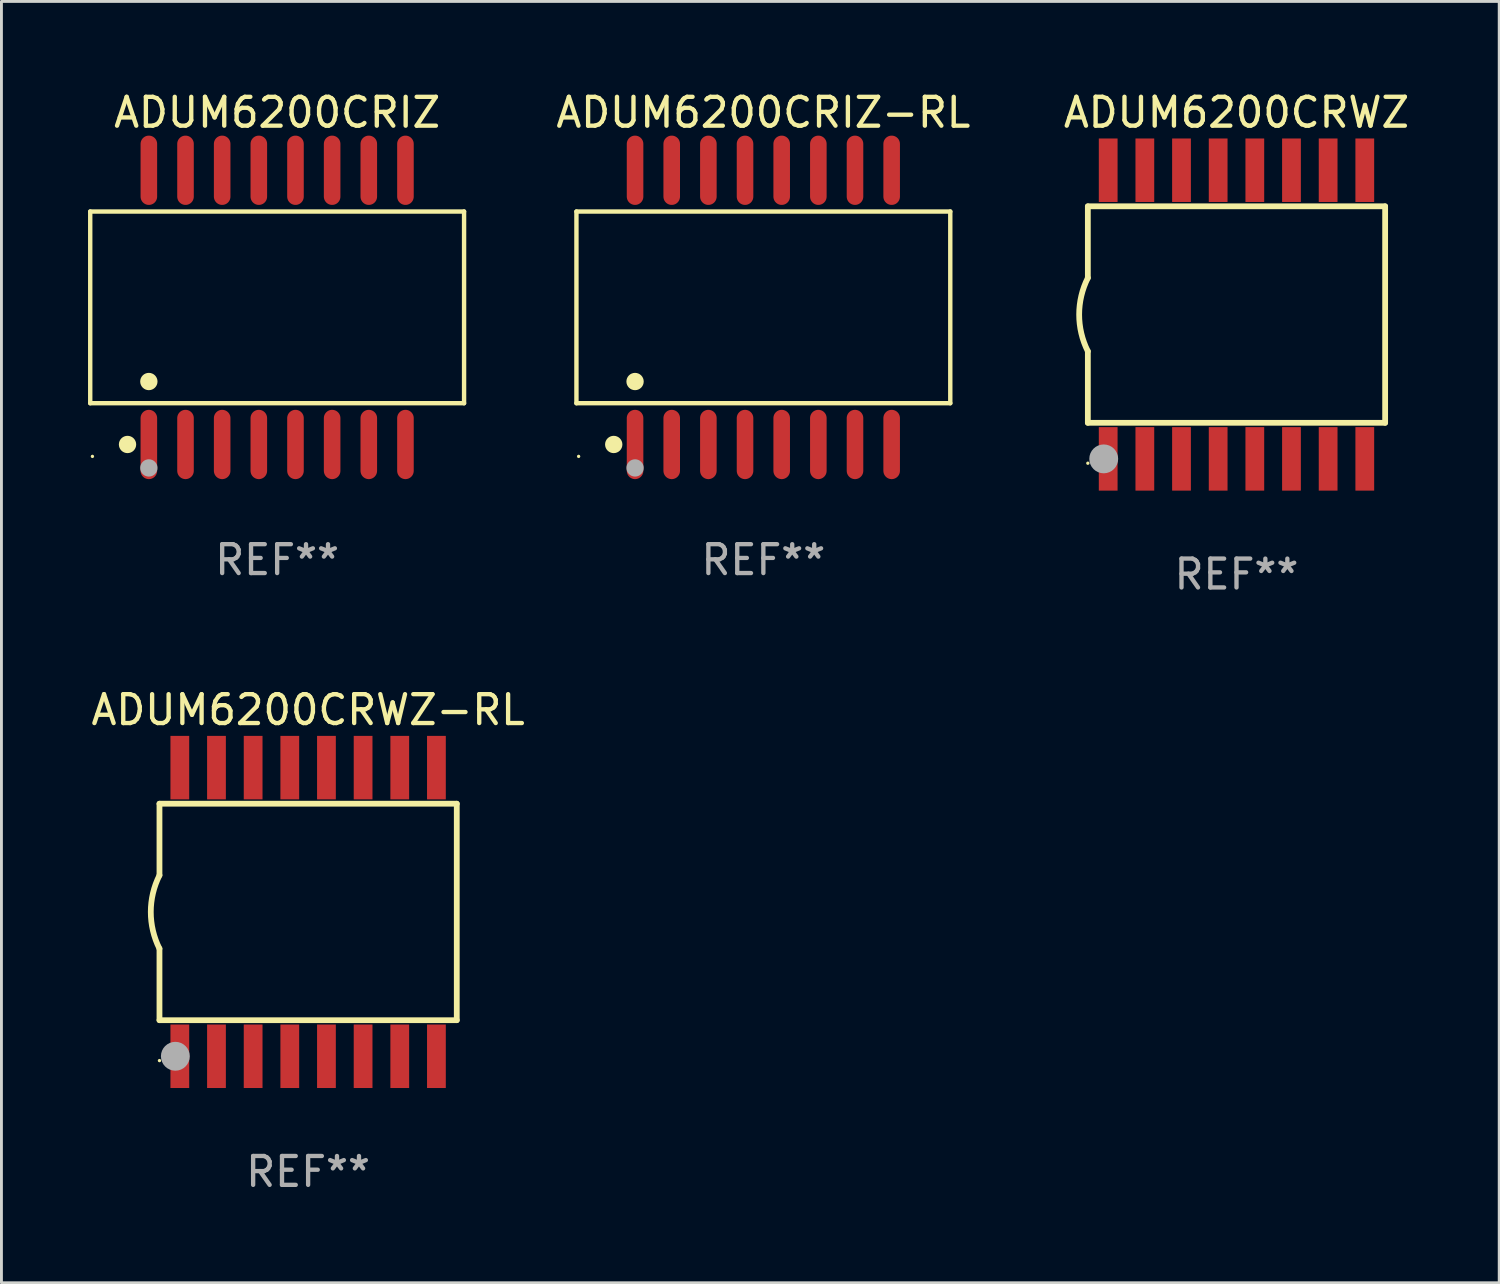
<source format=kicad_pcb>
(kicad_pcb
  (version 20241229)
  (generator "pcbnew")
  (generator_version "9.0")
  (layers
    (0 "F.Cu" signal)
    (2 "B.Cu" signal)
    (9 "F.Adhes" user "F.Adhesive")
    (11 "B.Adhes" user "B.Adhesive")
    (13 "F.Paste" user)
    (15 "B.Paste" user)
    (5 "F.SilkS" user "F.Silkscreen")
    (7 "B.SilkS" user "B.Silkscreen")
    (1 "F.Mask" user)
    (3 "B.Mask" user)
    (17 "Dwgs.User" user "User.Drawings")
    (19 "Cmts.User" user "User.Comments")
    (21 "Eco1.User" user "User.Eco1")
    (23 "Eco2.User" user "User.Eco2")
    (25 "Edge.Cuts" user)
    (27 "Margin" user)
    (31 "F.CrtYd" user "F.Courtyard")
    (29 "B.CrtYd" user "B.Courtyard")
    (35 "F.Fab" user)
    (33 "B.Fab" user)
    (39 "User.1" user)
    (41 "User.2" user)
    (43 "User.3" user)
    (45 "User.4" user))
  (footprint "ADUM6200CRWZ"
    (layer "F.Cu")
    (at 39.789 7.848)
    (property "Reference" "ADUM6200CRWZ" (at 0 -7 0) (layer "F.SilkS") (effects (font (size 1 1) (thickness 0.15))))
    (attr through_hole)
    (fp_line (start -5.15 -3.75) (end -5.15 -1.27) (stroke (width 0.2) (type solid)) (layer "F.SilkS"))
    (fp_line (start -5.15 -3.75) (end 5.15 -3.75) (stroke (width 0.2) (type solid)) (layer "F.SilkS"))
    (fp_line (start -5.15 3.75) (end -5.15 1.27) (stroke (width 0.2) (type solid)) (layer "F.SilkS"))
    (fp_line (start 5.15 -3.75) (end 5.15 3.75) (stroke (width 0.2) (type solid)) (layer "F.SilkS"))
    (fp_line (start 5.15 3.75) (end -5.15 3.75) (stroke (width 0.2) (type solid)) (layer "F.SilkS"))
    (fp_arc (start -5.151131 1.270003) (mid -5.450556 -0.000132) (end -5.150013 -1.270003) (stroke (width 0.2) (type solid)) (layer "F.SilkS"))
    (fp_circle (center -5.15 5.15) (end -5.12 5.15) (stroke (width 0.06) (type solid)) (fill no) (layer "F.SilkS"))
    (fp_circle (center -4.6 5) (end -4.35 5) (stroke (width 0.5) (type solid)) (fill no) (layer "F.Fab"))
    (fp_text user "REF**" (at 0 9 0) (layer "F.Fab") (effects (font (size 1 1) (thickness 0.15))))
    (pad "1" smd rect (at -4.445 5) (size 0.65 2.2) (layers "F.Cu" "F.Mask" "F.Paste"))
    (pad "2" smd rect (at -3.175 5) (size 0.65 2.2) (layers "F.Cu" "F.Mask" "F.Paste"))
    (pad "3" smd rect (at -1.905 5) (size 0.65 2.2) (layers "F.Cu" "F.Mask" "F.Paste"))
    (pad "4" smd rect (at -0.635 5) (size 0.65 2.2) (layers "F.Cu" "F.Mask" "F.Paste"))
    (pad "5" smd rect (at 0.635 5) (size 0.65 2.2) (layers "F.Cu" "F.Mask" "F.Paste"))
    (pad "6" smd rect (at 1.905 5) (size 0.65 2.2) (layers "F.Cu" "F.Mask" "F.Paste"))
    (pad "7" smd rect (at 3.175 5) (size 0.65 2.2) (layers "F.Cu" "F.Mask" "F.Paste"))
    (pad "8" smd rect (at 4.445 5) (size 0.65 2.2) (layers "F.Cu" "F.Mask" "F.Paste"))
    (pad "9" smd rect (at 4.445 -5) (size 0.65 2.2) (layers "F.Cu" "F.Mask" "F.Paste"))
    (pad "10" smd rect (at 3.175 -5) (size 0.65 2.2) (layers "F.Cu" "F.Mask" "F.Paste"))
    (pad "11" smd rect (at 1.905 -5) (size 0.65 2.2) (layers "F.Cu" "F.Mask" "F.Paste"))
    (pad "12" smd rect (at 0.635 -5) (size 0.65 2.2) (layers "F.Cu" "F.Mask" "F.Paste"))
    (pad "13" smd rect (at -0.635 -5) (size 0.65 2.2) (layers "F.Cu" "F.Mask" "F.Paste"))
    (pad "14" smd rect (at -1.905 -5) (size 0.65 2.2) (layers "F.Cu" "F.Mask" "F.Paste"))
    (pad "15" smd rect (at -3.175 -5) (size 0.65 2.2) (layers "F.Cu" "F.Mask" "F.Paste"))
    (pad "16" smd rect (at -4.445 -5) (size 0.65 2.2) (layers "F.Cu" "F.Mask" "F.Paste")))
  (footprint "ADUM6200CRIZ-RL"
    (layer "F.Cu")
    (at 23.397 7.599)
    (property "Reference" "ADUM6200CRIZ-RL" (at 0 -6.75 0) (layer "F.SilkS") (effects (font (size 1 1) (thickness 0.15))))
    (attr through_hole)
    (fp_line (start -6.476 -3.321) (end 6.476 -3.321) (stroke (width 0.152) (type solid)) (layer "F.SilkS"))
    (fp_line (start -6.476 3.321) (end -6.476 -3.321) (stroke (width 0.152) (type solid)) (layer "F.SilkS"))
    (fp_line (start 6.476 -3.321) (end 6.476 3.321) (stroke (width 0.152) (type solid)) (layer "F.SilkS"))
    (fp_line (start 6.476 3.321) (end -6.476 3.321) (stroke (width 0.152) (type solid)) (layer "F.SilkS"))
    (fp_circle (center -6.4 5.163) (end -6.37 5.163) (stroke (width 0.06) (type solid)) (fill no) (layer "F.SilkS"))
    (fp_circle (center -5.184 4.75) (end -5.034 4.75) (stroke (width 0.3) (type solid)) (fill no) (layer "F.SilkS"))
    (fp_circle (center -4.445 2.569) (end -4.295 2.569) (stroke (width 0.3) (type solid)) (fill no) (layer "F.SilkS"))
    (fp_circle (center -4.445 5.563) (end -4.295 5.563) (stroke (width 0.3) (type solid)) (fill no) (layer "F.Fab"))
    (fp_text user "REF**" (at 0 8.75 0) (layer "F.Fab") (effects (font (size 1 1) (thickness 0.15))))
    (pad "1" smd oval (at -4.445 4.75) (size 0.574 2.401) (layers "F.Cu" "F.Mask" "F.Paste"))
    (pad "2" smd oval (at -3.175 4.75) (size 0.574 2.401) (layers "F.Cu" "F.Mask" "F.Paste"))
    (pad "3" smd oval (at -1.905 4.75) (size 0.574 2.401) (layers "F.Cu" "F.Mask" "F.Paste"))
    (pad "4" smd oval (at -0.635 4.75) (size 0.574 2.401) (layers "F.Cu" "F.Mask" "F.Paste"))
    (pad "5" smd oval (at 0.635 4.75) (size 0.574 2.401) (layers "F.Cu" "F.Mask" "F.Paste"))
    (pad "6" smd oval (at 1.905 4.75) (size 0.574 2.401) (layers "F.Cu" "F.Mask" "F.Paste"))
    (pad "7" smd oval (at 3.175 4.75) (size 0.574 2.401) (layers "F.Cu" "F.Mask" "F.Paste"))
    (pad "8" smd oval (at 4.445 4.75) (size 0.574 2.401) (layers "F.Cu" "F.Mask" "F.Paste"))
    (pad "9" smd oval (at 4.445 -4.75) (size 0.574 2.401) (layers "F.Cu" "F.Mask" "F.Paste"))
    (pad "10" smd oval (at 3.175 -4.75) (size 0.574 2.401) (layers "F.Cu" "F.Mask" "F.Paste"))
    (pad "11" smd oval (at 1.905 -4.75) (size 0.574 2.401) (layers "F.Cu" "F.Mask" "F.Paste"))
    (pad "12" smd oval (at 0.635 -4.75) (size 0.574 2.401) (layers "F.Cu" "F.Mask" "F.Paste"))
    (pad "13" smd oval (at -0.635 -4.75) (size 0.574 2.401) (layers "F.Cu" "F.Mask" "F.Paste"))
    (pad "14" smd oval (at -1.905 -4.75) (size 0.574 2.401) (layers "F.Cu" "F.Mask" "F.Paste"))
    (pad "15" smd oval (at -3.175 -4.75) (size 0.574 2.401) (layers "F.Cu" "F.Mask" "F.Paste"))
    (pad "16" smd oval (at -4.445 -4.75) (size 0.574 2.401) (layers "F.Cu" "F.Mask" "F.Paste")))
  (footprint "ADUM6200CRIZ"
    (layer "F.Cu")
    (at 6.552 7.599)
    (property "Reference" "ADUM6200CRIZ" (at 0 -6.75 0) (layer "F.SilkS") (effects (font (size 1 1) (thickness 0.15))))
    (attr through_hole)
    (fp_line (start -6.476 -3.321) (end 6.476 -3.321) (stroke (width 0.152) (type solid)) (layer "F.SilkS"))
    (fp_line (start -6.476 3.321) (end -6.476 -3.321) (stroke (width 0.152) (type solid)) (layer "F.SilkS"))
    (fp_line (start 6.476 -3.321) (end 6.476 3.321) (stroke (width 0.152) (type solid)) (layer "F.SilkS"))
    (fp_line (start 6.476 3.321) (end -6.476 3.321) (stroke (width 0.152) (type solid)) (layer "F.SilkS"))
    (fp_circle (center -6.4 5.163) (end -6.37 5.163) (stroke (width 0.06) (type solid)) (fill no) (layer "F.SilkS"))
    (fp_circle (center -5.184 4.75) (end -5.034 4.75) (stroke (width 0.3) (type solid)) (fill no) (layer "F.SilkS"))
    (fp_circle (center -4.445 2.569) (end -4.295 2.569) (stroke (width 0.3) (type solid)) (fill no) (layer "F.SilkS"))
    (fp_circle (center -4.445 5.563) (end -4.295 5.563) (stroke (width 0.3) (type solid)) (fill no) (layer "F.Fab"))
    (fp_text user "REF**" (at 0 8.75 0) (layer "F.Fab") (effects (font (size 1 1) (thickness 0.15))))
    (pad "1" smd oval (at -4.445 4.75) (size 0.574 2.401) (layers "F.Cu" "F.Mask" "F.Paste"))
    (pad "2" smd oval (at -3.175 4.75) (size 0.574 2.401) (layers "F.Cu" "F.Mask" "F.Paste"))
    (pad "3" smd oval (at -1.905 4.75) (size 0.574 2.401) (layers "F.Cu" "F.Mask" "F.Paste"))
    (pad "4" smd oval (at -0.635 4.75) (size 0.574 2.401) (layers "F.Cu" "F.Mask" "F.Paste"))
    (pad "5" smd oval (at 0.635 4.75) (size 0.574 2.401) (layers "F.Cu" "F.Mask" "F.Paste"))
    (pad "6" smd oval (at 1.905 4.75) (size 0.574 2.401) (layers "F.Cu" "F.Mask" "F.Paste"))
    (pad "7" smd oval (at 3.175 4.75) (size 0.574 2.401) (layers "F.Cu" "F.Mask" "F.Paste"))
    (pad "8" smd oval (at 4.445 4.75) (size 0.574 2.401) (layers "F.Cu" "F.Mask" "F.Paste"))
    (pad "9" smd oval (at 4.445 -4.75) (size 0.574 2.401) (layers "F.Cu" "F.Mask" "F.Paste"))
    (pad "10" smd oval (at 3.175 -4.75) (size 0.574 2.401) (layers "F.Cu" "F.Mask" "F.Paste"))
    (pad "11" smd oval (at 1.905 -4.75) (size 0.574 2.401) (layers "F.Cu" "F.Mask" "F.Paste"))
    (pad "12" smd oval (at 0.635 -4.75) (size 0.574 2.401) (layers "F.Cu" "F.Mask" "F.Paste"))
    (pad "13" smd oval (at -0.635 -4.75) (size 0.574 2.401) (layers "F.Cu" "F.Mask" "F.Paste"))
    (pad "14" smd oval (at -1.905 -4.75) (size 0.574 2.401) (layers "F.Cu" "F.Mask" "F.Paste"))
    (pad "15" smd oval (at -3.175 -4.75) (size 0.574 2.401) (layers "F.Cu" "F.Mask" "F.Paste"))
    (pad "16" smd oval (at -4.445 -4.75) (size 0.574 2.401) (layers "F.Cu" "F.Mask" "F.Paste")))
  (footprint "ADUM6200CRWZ-RL"
    (layer "F.Cu")
    (at 7.625 28.545)
    (property "Reference" "ADUM6200CRWZ-RL" (at 0 -7 0) (layer "F.SilkS") (effects (font (size 1 1) (thickness 0.15))))
    (attr through_hole)
    (fp_line (start -5.15 -3.75) (end -5.15 -1.27) (stroke (width 0.2) (type solid)) (layer "F.SilkS"))
    (fp_line (start -5.15 -3.75) (end 5.15 -3.75) (stroke (width 0.2) (type solid)) (layer "F.SilkS"))
    (fp_line (start -5.15 3.75) (end -5.15 1.27) (stroke (width 0.2) (type solid)) (layer "F.SilkS"))
    (fp_line (start 5.15 -3.75) (end 5.15 3.75) (stroke (width 0.2) (type solid)) (layer "F.SilkS"))
    (fp_line (start 5.15 3.75) (end -5.15 3.75) (stroke (width 0.2) (type solid)) (layer "F.SilkS"))
    (fp_arc (start -5.151131 1.270003) (mid -5.450556 -0.000132) (end -5.150013 -1.270003) (stroke (width 0.2) (type solid)) (layer "F.SilkS"))
    (fp_circle (center -5.15 5.15) (end -5.12 5.15) (stroke (width 0.06) (type solid)) (fill no) (layer "F.SilkS"))
    (fp_circle (center -4.6 5) (end -4.35 5) (stroke (width 0.5) (type solid)) (fill no) (layer "F.Fab"))
    (fp_text user "REF**" (at 0 9 0) (layer "F.Fab") (effects (font (size 1 1) (thickness 0.15))))
    (pad "1" smd rect (at -4.445 5) (size 0.65 2.2) (layers "F.Cu" "F.Mask" "F.Paste"))
    (pad "2" smd rect (at -3.175 5) (size 0.65 2.2) (layers "F.Cu" "F.Mask" "F.Paste"))
    (pad "3" smd rect (at -1.905 5) (size 0.65 2.2) (layers "F.Cu" "F.Mask" "F.Paste"))
    (pad "4" smd rect (at -0.635 5) (size 0.65 2.2) (layers "F.Cu" "F.Mask" "F.Paste"))
    (pad "5" smd rect (at 0.635 5) (size 0.65 2.2) (layers "F.Cu" "F.Mask" "F.Paste"))
    (pad "6" smd rect (at 1.905 5) (size 0.65 2.2) (layers "F.Cu" "F.Mask" "F.Paste"))
    (pad "7" smd rect (at 3.175 5) (size 0.65 2.2) (layers "F.Cu" "F.Mask" "F.Paste"))
    (pad "8" smd rect (at 4.445 5) (size 0.65 2.2) (layers "F.Cu" "F.Mask" "F.Paste"))
    (pad "9" smd rect (at 4.445 -5) (size 0.65 2.2) (layers "F.Cu" "F.Mask" "F.Paste"))
    (pad "10" smd rect (at 3.175 -5) (size 0.65 2.2) (layers "F.Cu" "F.Mask" "F.Paste"))
    (pad "11" smd rect (at 1.905 -5) (size 0.65 2.2) (layers "F.Cu" "F.Mask" "F.Paste"))
    (pad "12" smd rect (at 0.635 -5) (size 0.65 2.2) (layers "F.Cu" "F.Mask" "F.Paste"))
    (pad "13" smd rect (at -0.635 -5) (size 0.65 2.2) (layers "F.Cu" "F.Mask" "F.Paste"))
    (pad "14" smd rect (at -1.905 -5) (size 0.65 2.2) (layers "F.Cu" "F.Mask" "F.Paste"))
    (pad "15" smd rect (at -3.175 -5) (size 0.65 2.2) (layers "F.Cu" "F.Mask" "F.Paste"))
    (pad "16" smd rect (at -4.445 -5) (size 0.65 2.2) (layers "F.Cu" "F.Mask" "F.Paste")))
  (gr_rect
    (start -3 -3)
    (end 48.891 41.393)
    (stroke (width 0.1) (type default))
    (fill no)
    (layer "Edge.Cuts")))
</source>
